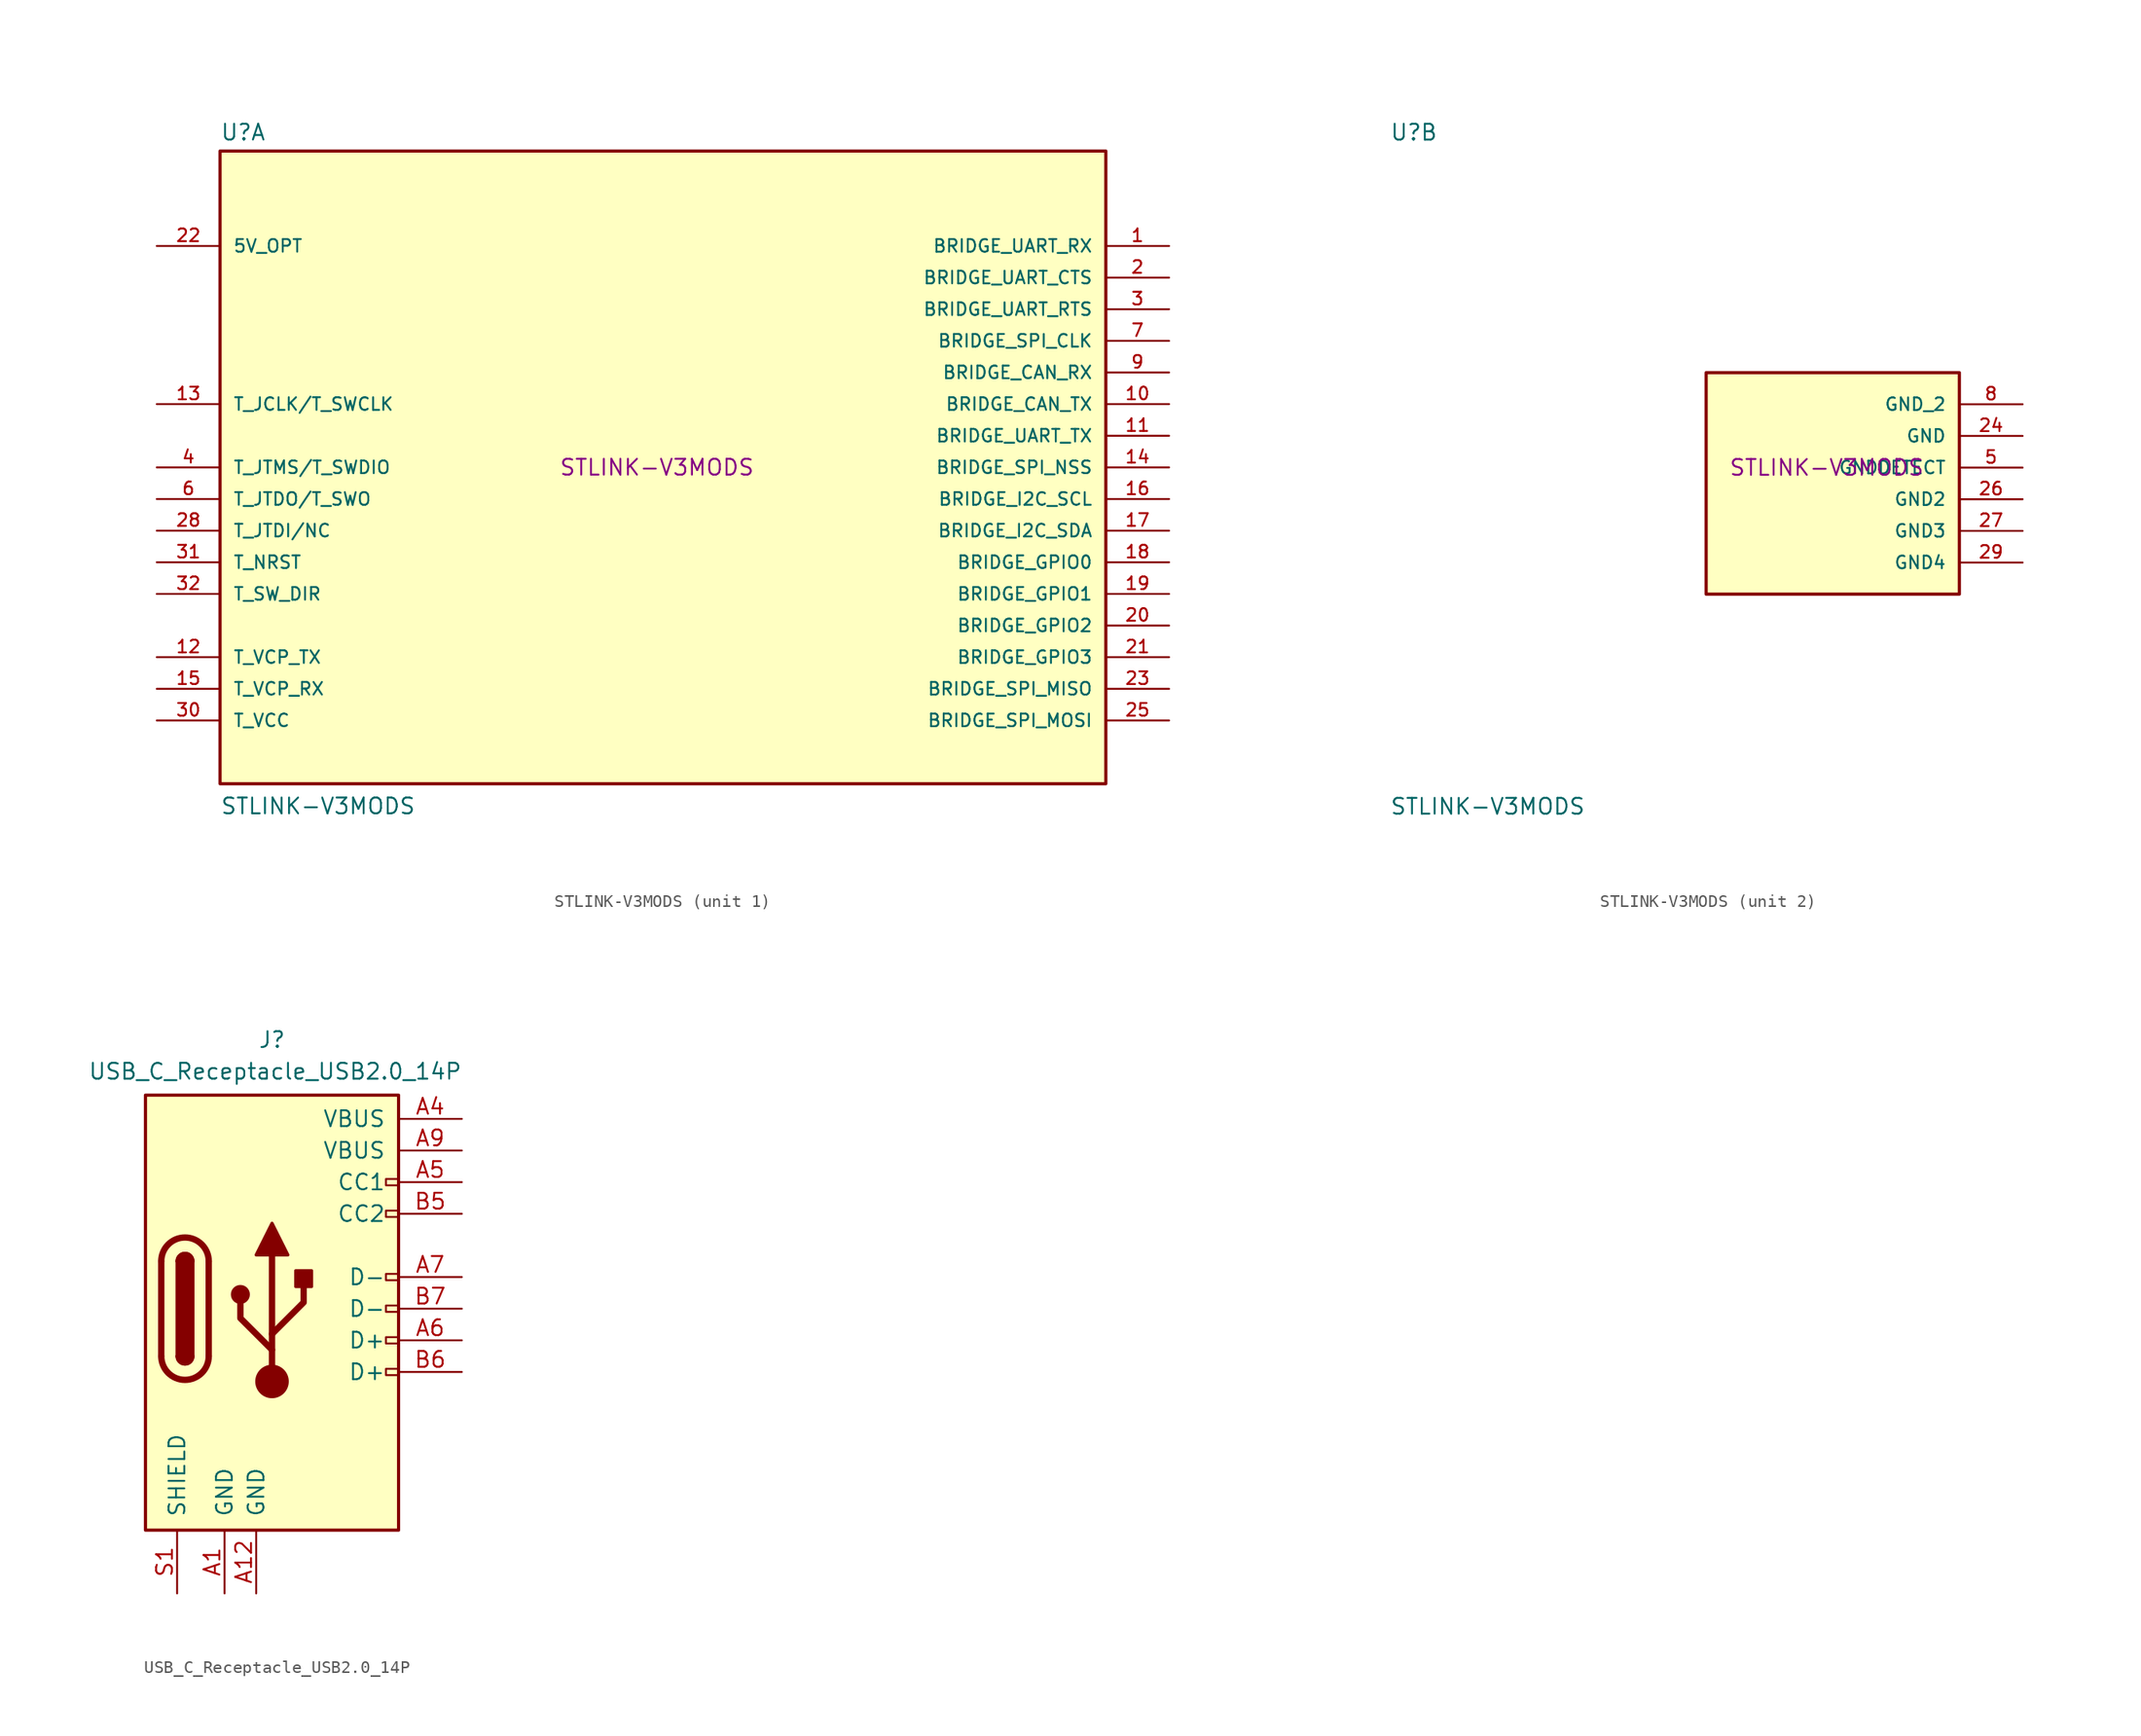
<source format=kicad_sym>
(kicad_symbol_lib
  (version 20241209)
  (generator "kicad_symbol_editor")
  (generator_version "9.0")
  (symbol "STLINK-V3MODS"
    (pin_names
      (offset 1.016))
    (property "Reference" "U"
      (at -35.56 26.162 0)
      (effects (font (size 1.27 1.27)) (justify left bottom)))
    (property "Value" "STLINK-V3MODS"
      (at -35.56 -27.94 0)
      (effects (font (size 1.27 1.27)) (justify left bottom)))
    (property "MPN" "STLINK-V3MODS "
      (at 0 0 0)
      (effects (font (size 1.27 1.27))))
    (symbol "STLINK-V3MODS_1_0"
      (rectangle (start -35.56 -25.4) (end 35.56 25.4) (stroke (width 0.254) (type default)) (fill (type background)))
      (pin passive line (at -40.64 17.78 0) (length 5.08) (name "5V_OPT" (effects (font (size 1.016 1.016)))) (number "22" (effects (font (size 1.016 1.016)))))
      (pin passive line (at -40.64 5.08 0) (length 5.08) (name "T_JCLK/T_SWCLK" (effects (font (size 1.016 1.016)))) (number "13" (effects (font (size 1.016 1.016)))))
      (pin passive line (at -40.64 0 0) (length 5.08) (name "T_JTMS/T_SWDIO" (effects (font (size 1.016 1.016)))) (number "4" (effects (font (size 1.016 1.016)))))
      (pin passive line (at -40.64 -2.54 0) (length 5.08) (name "T_JTDO/T_SWO" (effects (font (size 1.016 1.016)))) (number "6" (effects (font (size 1.016 1.016)))))
      (pin passive line (at -40.64 -5.08 0) (length 5.08) (name "T_JTDI/NC" (effects (font (size 1.016 1.016)))) (number "28" (effects (font (size 1.016 1.016)))))
      (pin passive line (at -40.64 -7.62 0) (length 5.08) (name "T_NRST" (effects (font (size 1.016 1.016)))) (number "31" (effects (font (size 1.016 1.016)))))
      (pin passive line (at -40.64 -10.16 0) (length 5.08) (name "T_SW_DIR" (effects (font (size 1.016 1.016)))) (number "32" (effects (font (size 1.016 1.016)))))
      (pin passive line (at -40.64 -15.24 0) (length 5.08) (name "T_VCP_TX" (effects (font (size 1.016 1.016)))) (number "12" (effects (font (size 1.016 1.016)))))
      (pin passive line (at -40.64 -17.78 0) (length 5.08) (name "T_VCP_RX" (effects (font (size 1.016 1.016)))) (number "15" (effects (font (size 1.016 1.016)))))
      (pin passive line (at -40.64 -20.32 0) (length 5.08) (name "T_VCC" (effects (font (size 1.016 1.016)))) (number "30" (effects (font (size 1.016 1.016)))))
      (pin passive line (at 40.64 17.78 180) (length 5.08) (name "BRIDGE_UART_RX" (effects (font (size 1.016 1.016)))) (number "1" (effects (font (size 1.016 1.016)))))
      (pin passive line (at 40.64 15.24 180) (length 5.08) (name "BRIDGE_UART_CTS" (effects (font (size 1.016 1.016)))) (number "2" (effects (font (size 1.016 1.016)))))
      (pin passive line (at 40.64 12.7 180) (length 5.08) (name "BRIDGE_UART_RTS" (effects (font (size 1.016 1.016)))) (number "3" (effects (font (size 1.016 1.016)))))
      (pin passive line (at 40.64 10.16 180) (length 5.08) (name "BRIDGE_SPI_CLK" (effects (font (size 1.016 1.016)))) (number "7" (effects (font (size 1.016 1.016)))))
      (pin passive line (at 40.64 7.62 180) (length 5.08) (name "BRIDGE_CAN_RX" (effects (font (size 1.016 1.016)))) (number "9" (effects (font (size 1.016 1.016)))))
      (pin passive line (at 40.64 5.08 180) (length 5.08) (name "BRIDGE_CAN_TX" (effects (font (size 1.016 1.016)))) (number "10" (effects (font (size 1.016 1.016)))))
      (pin passive line (at 40.64 2.54 180) (length 5.08) (name "BRIDGE_UART_TX" (effects (font (size 1.016 1.016)))) (number "11" (effects (font (size 1.016 1.016)))))
      (pin passive line (at 40.64 0 180) (length 5.08) (name "BRIDGE_SPI_NSS" (effects (font (size 1.016 1.016)))) (number "14" (effects (font (size 1.016 1.016)))))
      (pin bidirectional line (at 40.64 -2.54 180) (length 5.08) (name "BRIDGE_I2C_SCL" (effects (font (size 1.016 1.016)))) (number "16" (effects (font (size 1.016 1.016)))))
      (pin bidirectional line (at 40.64 -5.08 180) (length 5.08) (name "BRIDGE_I2C_SDA" (effects (font (size 1.016 1.016)))) (number "17" (effects (font (size 1.016 1.016)))))
      (pin bidirectional line (at 40.64 -7.62 180) (length 5.08) (name "BRIDGE_GPIO0" (effects (font (size 1.016 1.016)))) (number "18" (effects (font (size 1.016 1.016)))))
      (pin bidirectional line (at 40.64 -10.16 180) (length 5.08) (name "BRIDGE_GPIO1" (effects (font (size 1.016 1.016)))) (number "19" (effects (font (size 1.016 1.016)))))
      (pin bidirectional line (at 40.64 -12.7 180) (length 5.08) (name "BRIDGE_GPIO2" (effects (font (size 1.016 1.016)))) (number "20" (effects (font (size 1.016 1.016)))))
      (pin bidirectional line (at 40.64 -15.24 180) (length 5.08) (name "BRIDGE_GPIO3" (effects (font (size 1.016 1.016)))) (number "21" (effects (font (size 1.016 1.016)))))
      (pin passive line (at 40.64 -17.78 180) (length 5.08) (name "BRIDGE_SPI_MISO" (effects (font (size 1.016 1.016)))) (number "23" (effects (font (size 1.016 1.016)))))
      (pin passive line (at 40.64 -20.32 180) (length 5.08) (name "BRIDGE_SPI_MOSI" (effects (font (size 1.016 1.016)))) (number "25" (effects (font (size 1.016 1.016))))))
    (symbol "STLINK-V3MODS_2_0"
      (rectangle (start -10.16 -10.16) (end 10.16 7.62) (stroke (width 0.254) (type default)) (fill (type background)))
      (pin power_in line (at 15.24 5.08 180) (length 5.08) (name "GND_2" (effects (font (size 1.016 1.016)))) (number "8" (effects (font (size 1.016 1.016)))))
      (pin power_in line (at 15.24 2.54 180) (length 5.08) (name "GND" (effects (font (size 1.016 1.016)))) (number "24" (effects (font (size 1.016 1.016)))))
      (pin power_in line (at 15.24 0 180) (length 5.08) (name "GNDDETECT" (effects (font (size 1.016 1.016)))) (number "5" (effects (font (size 1.016 1.016)))))
      (pin power_in line (at 15.24 -2.54 180) (length 5.08) (name "GND2" (effects (font (size 1.016 1.016)))) (number "26" (effects (font (size 1.016 1.016)))))
      (pin power_in line (at 15.24 -5.08 180) (length 5.08) (name "GND3" (effects (font (size 1.016 1.016)))) (number "27" (effects (font (size 1.016 1.016)))))
      (pin power_in line (at 15.24 -7.62 180) (length 5.08) (name "GND4" (effects (font (size 1.016 1.016)))) (number "29" (effects (font (size 1.016 1.016)))))))
  (symbol "USB_C_Receptacle_USB2.0_14P"
    (pin_names
      (offset 1.016))
    (property "Reference" "J"
      (at 0 21.59 0)
      (effects (font (size 1.27 1.27))))
    (property "Value" "USB_C_Receptacle_USB2.0_14P"
      (at 0.254 19.05 0)
      (effects (font (size 1.27 1.27))))
    (symbol "USB_C_Receptacle_USB2.0_14P_0_0"
      (rectangle (start 10.16 10.414) (end 9.144 9.906) (stroke (width 0) (type default)) (fill (type none)))
      (rectangle (start 10.16 7.874) (end 9.144 7.366) (stroke (width 0) (type default)) (fill (type none)))
      (rectangle (start 10.16 2.794) (end 9.144 2.286) (stroke (width 0) (type default)) (fill (type none)))
      (rectangle (start 10.16 0.254) (end 9.144 -0.254) (stroke (width 0) (type default)) (fill (type none)))
      (rectangle (start 10.16 -2.286) (end 9.144 -2.794) (stroke (width 0) (type default)) (fill (type none)))
      (rectangle (start 10.16 -4.826) (end 9.144 -5.334) (stroke (width 0) (type default)) (fill (type none))))
    (symbol "USB_C_Receptacle_USB2.0_14P_0_1"
      (rectangle (start -10.16 17.145) (end 10.16 -17.78) (stroke (width 0.254) (type default)) (fill (type background)))
      (polyline (pts (xy -8.89 -3.81) (xy -8.89 3.81)) (stroke (width 0.508) (type default)) (fill (type none)))
      (rectangle (start -7.62 -3.81) (end -6.35 3.81) (stroke (width 0.254) (type default)) (fill (type outline)))
      (arc (start -7.62 3.81) (mid -6.985 4.4423) (end -6.35 3.81) (stroke (width 0.254) (type default)) (fill (type none)))
      (arc (start -7.62 3.81) (mid -6.985 4.4423) (end -6.35 3.81) (stroke (width 0.254) (type default)) (fill (type outline)))
      (arc (start -8.89 3.81) (mid -6.985 5.7067) (end -5.08 3.81) (stroke (width 0.508) (type default)) (fill (type none)))
      (arc (start -5.08 -3.81) (mid -6.985 -5.7067) (end -8.89 -3.81) (stroke (width 0.508) (type default)) (fill (type none)))
      (arc (start -6.35 -3.81) (mid -6.985 -4.4423) (end -7.62 -3.81) (stroke (width 0.254) (type default)) (fill (type none)))
      (arc (start -6.35 -3.81) (mid -6.985 -4.4423) (end -7.62 -3.81) (stroke (width 0.254) (type default)) (fill (type outline)))
      (polyline (pts (xy -5.08 3.81) (xy -5.08 -3.81)) (stroke (width 0.508) (type default)) (fill (type none)))
      (circle (center -2.54 1.143) (radius 0.635) (stroke (width 0.254) (type default)) (fill (type outline)))
      (polyline (pts (xy -1.27 4.318) (xy 0 6.858) (xy 1.27 4.318) (xy -1.27 4.318)) (stroke (width 0.254) (type default)) (fill (type outline)))
      (polyline (pts (xy 0 -2.032) (xy 2.54 0.508) (xy 2.54 1.778)) (stroke (width 0.508) (type default)) (fill (type none)))
      (polyline (pts (xy 0 -3.302) (xy -2.54 -0.762) (xy -2.54 0.508)) (stroke (width 0.508) (type default)) (fill (type none)))
      (polyline (pts (xy 0 -5.842) (xy 0 4.318)) (stroke (width 0.508) (type default)) (fill (type none)))
      (circle (center 0 -5.842) (radius 1.27) (stroke (width 0) (type default)) (fill (type outline)))
      (rectangle (start 1.905 1.778) (end 3.175 3.048) (stroke (width 0.254) (type default)) (fill (type outline))))
    (symbol "USB_C_Receptacle_USB2.0_14P_1_1"
      (pin passive line (at -7.62 -22.86 90) (length 5.08) (name "SHIELD" (effects (font (size 1.27 1.27)))) (number "S1" (effects (font (size 1.27 1.27)))))
      (pin passive line (at -3.81 -22.86 90) (length 5.08) (name "GND" (effects (font (size 1.27 1.27)))) (number "A1" (effects (font (size 1.27 1.27)))))
      (pin passive line (at -1.27 -22.86 90) (length 5.08) (name "GND" (effects (font (size 1.27 1.27)))) (number "A12" (effects (font (size 1.27 1.27)))))
      (pin passive line (at 15.24 15.24 180) (length 5.08) (name "VBUS" (effects (font (size 1.27 1.27)))) (number "A4" (effects (font (size 1.27 1.27)))))
      (pin passive line (at 15.24 12.7 180) (length 5.08) (name "VBUS" (effects (font (size 1.27 1.27)))) (number "A9" (effects (font (size 1.27 1.27)))))
      (pin bidirectional line (at 15.24 10.16 180) (length 5.08) (name "CC1" (effects (font (size 1.27 1.27)))) (number "A5" (effects (font (size 1.27 1.27)))))
      (pin bidirectional line (at 15.24 7.62 180) (length 5.08) (name "CC2" (effects (font (size 1.27 1.27)))) (number "B5" (effects (font (size 1.27 1.27)))))
      (pin bidirectional line (at 15.24 2.54 180) (length 5.08) (name "D-" (effects (font (size 1.27 1.27)))) (number "A7" (effects (font (size 1.27 1.27)))))
      (pin bidirectional line (at 15.24 0 180) (length 5.08) (name "D-" (effects (font (size 1.27 1.27)))) (number "B7" (effects (font (size 1.27 1.27)))))
      (pin bidirectional line (at 15.24 -2.54 180) (length 5.08) (name "D+" (effects (font (size 1.27 1.27)))) (number "A6" (effects (font (size 1.27 1.27)))))
      (pin bidirectional line (at 15.24 -5.08 180) (length 5.08) (name "D+" (effects (font (size 1.27 1.27)))) (number "B6" (effects (font (size 1.27 1.27))))))))
</source>
